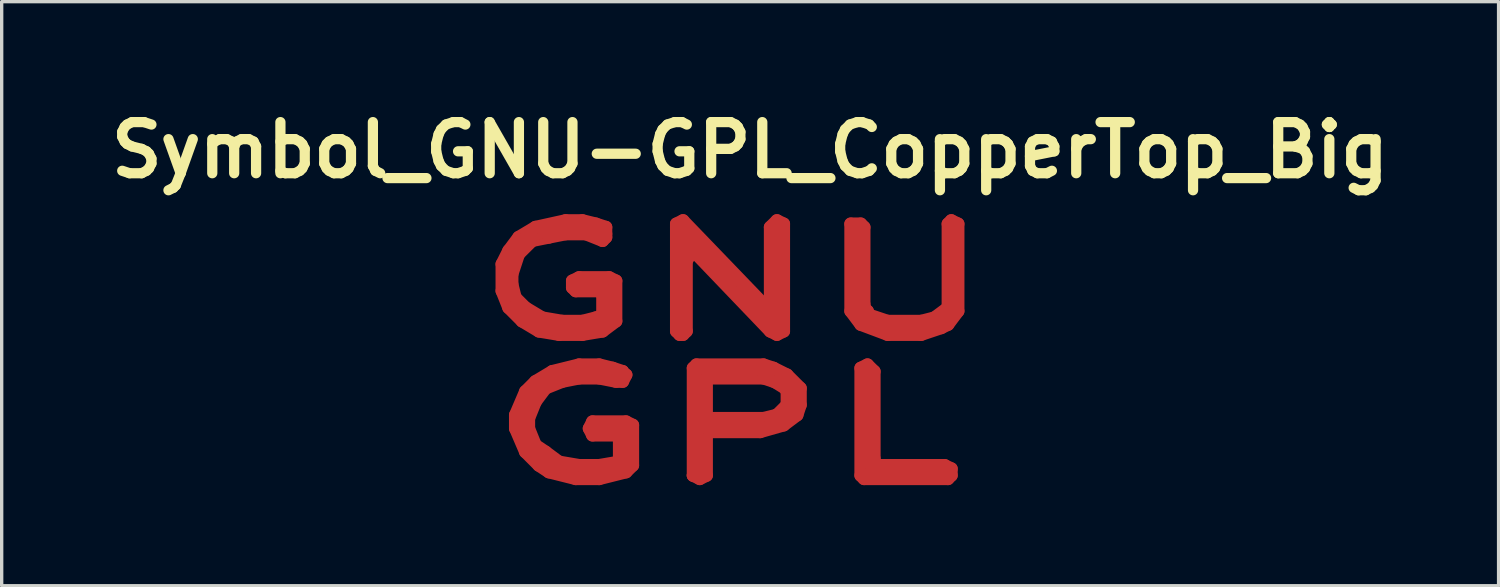
<source format=kicad_pcb>
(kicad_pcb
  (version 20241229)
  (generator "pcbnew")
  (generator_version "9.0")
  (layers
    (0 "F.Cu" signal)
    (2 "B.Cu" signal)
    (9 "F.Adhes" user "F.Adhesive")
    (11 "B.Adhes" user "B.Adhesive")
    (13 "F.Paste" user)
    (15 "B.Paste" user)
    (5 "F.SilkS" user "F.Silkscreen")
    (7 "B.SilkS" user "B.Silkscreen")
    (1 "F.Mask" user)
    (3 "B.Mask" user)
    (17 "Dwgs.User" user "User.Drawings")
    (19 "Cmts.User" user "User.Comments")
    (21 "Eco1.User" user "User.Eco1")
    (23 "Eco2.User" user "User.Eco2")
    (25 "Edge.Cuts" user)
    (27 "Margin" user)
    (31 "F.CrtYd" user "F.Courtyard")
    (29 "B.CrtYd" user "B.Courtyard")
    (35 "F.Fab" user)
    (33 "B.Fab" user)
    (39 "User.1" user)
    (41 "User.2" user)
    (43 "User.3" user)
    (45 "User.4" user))
  (footprint "Symbol_GNU-GPL_CopperTop_Big"
    (layer "F.Cu")
    (at 18.818 8.226)
    (property "Reference" "Symbol_GNU-GPL_CopperTop_Big" (at 0.5 -6.8 0) (layer "F.SilkS") (effects (font (size 1.524 1.524) (thickness 0.305))))
    (attr through_hole)
    (fp_line (start -6.901 -3.401) (end -6.901 -2.601) (stroke (width 0.381) (type solid)) (layer "F.Cu"))
    (fp_line (start -6.901 -2.601) (end -6.701 -2.101) (stroke (width 0.381) (type solid)) (layer "F.Cu"))
    (fp_line (start -6.701 -3.8) (end -6.901 -3.401) (stroke (width 0.381) (type solid)) (layer "F.Cu"))
    (fp_line (start -6.701 -3.401) (end -6.599 -2.301) (stroke (width 0.381) (type solid)) (layer "F.Cu"))
    (fp_line (start -6.701 -2.101) (end -6.299 -1.699) (stroke (width 0.381) (type solid)) (layer "F.Cu"))
    (fp_line (start -6.599 -3.099) (end -6.401 -3.701) (stroke (width 0.381) (type solid)) (layer "F.Cu"))
    (fp_line (start -6.599 -2.799) (end -6.599 -3.099) (stroke (width 0.381) (type solid)) (layer "F.Cu"))
    (fp_line (start -6.599 -2.301) (end -6.2 -1.9) (stroke (width 0.381) (type solid)) (layer "F.Cu"))
    (fp_line (start -6.5 -2.4) (end -6.599 -2.799) (stroke (width 0.381) (type solid)) (layer "F.Cu"))
    (fp_line (start -6.5 1.1) (end -6.5 1.501) (stroke (width 0.381) (type solid)) (layer "F.Cu"))
    (fp_line (start -6.5 1.501) (end -6.2 2.2) (stroke (width 0.381) (type solid)) (layer "F.Cu"))
    (fp_line (start -6.401 -4.201) (end -6.701 -3.8) (stroke (width 0.381) (type solid)) (layer "F.Cu"))
    (fp_line (start -6.401 -3.701) (end -5.999 -4.1) (stroke (width 0.381) (type solid)) (layer "F.Cu"))
    (fp_line (start -6.299 -1.699) (end -5.799 -1.4) (stroke (width 0.381) (type solid)) (layer "F.Cu"))
    (fp_line (start -6.2 -4.201) (end -6.701 -3.401) (stroke (width 0.381) (type solid)) (layer "F.Cu"))
    (fp_line (start -6.2 -2.101) (end -6.5 -2.4) (stroke (width 0.381) (type solid)) (layer "F.Cu"))
    (fp_line (start -6.2 -1.9) (end -5.199 -1.501) (stroke (width 0.381) (type solid)) (layer "F.Cu"))
    (fp_line (start -6.2 0.399) (end -6.5 1.1) (stroke (width 0.381) (type solid)) (layer "F.Cu"))
    (fp_line (start -6.2 1.001) (end -6.2 1.801) (stroke (width 0.381) (type solid)) (layer "F.Cu"))
    (fp_line (start -6.2 1.801) (end -5.7 2.4) (stroke (width 0.381) (type solid)) (layer "F.Cu"))
    (fp_line (start -6.2 2.2) (end -5.799 2.601) (stroke (width 0.381) (type solid)) (layer "F.Cu"))
    (fp_line (start -6.101 1.199) (end -5.9 0.701) (stroke (width 0.381) (type solid)) (layer "F.Cu"))
    (fp_line (start -6.101 1.501) (end -6.101 1.199) (stroke (width 0.381) (type solid)) (layer "F.Cu"))
    (fp_line (start -5.999 -4.1) (end -5.499 -4.201) (stroke (width 0.381) (type solid)) (layer "F.Cu"))
    (fp_line (start -5.9 -4.501) (end -6.401 -4.201) (stroke (width 0.381) (type solid)) (layer "F.Cu"))
    (fp_line (start -5.9 0.099) (end -6.2 0.399) (stroke (width 0.381) (type solid)) (layer "F.Cu"))
    (fp_line (start -5.9 0.701) (end -5.601 0.3) (stroke (width 0.381) (type solid)) (layer "F.Cu"))
    (fp_line (start -5.9 1.999) (end -6.101 1.501) (stroke (width 0.381) (type solid)) (layer "F.Cu"))
    (fp_line (start -5.799 -1.4) (end -5.199 -1.3) (stroke (width 0.381) (type solid)) (layer "F.Cu"))
    (fp_line (start -5.799 2.601) (end -5.499 2.799) (stroke (width 0.381) (type solid)) (layer "F.Cu"))
    (fp_line (start -5.7 -1.801) (end -6.2 -2.101) (stroke (width 0.381) (type solid)) (layer "F.Cu"))
    (fp_line (start -5.7 0.201) (end -6.2 1.001) (stroke (width 0.381) (type solid)) (layer "F.Cu"))
    (fp_line (start -5.7 2.4) (end -4.699 2.901) (stroke (width 0.381) (type solid)) (layer "F.Cu"))
    (fp_line (start -5.601 0.3) (end -5.1 0.099) (stroke (width 0.381) (type solid)) (layer "F.Cu"))
    (fp_line (start -5.601 2.2) (end -5.9 1.999) (stroke (width 0.381) (type solid)) (layer "F.Cu"))
    (fp_line (start -5.499 -4.201) (end -5.001 -4.3) (stroke (width 0.381) (type solid)) (layer "F.Cu"))
    (fp_line (start -5.499 2.799) (end -4.699 3) (stroke (width 0.381) (type solid)) (layer "F.Cu"))
    (fp_line (start -5.4 -0.201) (end -5.9 0.099) (stroke (width 0.381) (type solid)) (layer "F.Cu"))
    (fp_line (start -5.301 -4.501) (end -6.2 -4.201) (stroke (width 0.381) (type solid)) (layer "F.Cu"))
    (fp_line (start -5.199 -1.501) (end -4.201 -1.6) (stroke (width 0.381) (type solid)) (layer "F.Cu"))
    (fp_line (start -5.199 -1.3) (end -4.501 -1.3) (stroke (width 0.381) (type solid)) (layer "F.Cu"))
    (fp_line (start -5.199 2.499) (end -5.601 2.2) (stroke (width 0.381) (type solid)) (layer "F.Cu"))
    (fp_line (start -5.1 -1.699) (end -5.7 -1.801) (stroke (width 0.381) (type solid)) (layer "F.Cu"))
    (fp_line (start -5.1 0.099) (end -4.6 0) (stroke (width 0.381) (type solid)) (layer "F.Cu"))
    (fp_line (start -5.001 -4.699) (end -5.9 -4.501) (stroke (width 0.381) (type solid)) (layer "F.Cu"))
    (fp_line (start -5.001 -4.3) (end -4.399 -4.3) (stroke (width 0.381) (type solid)) (layer "F.Cu"))
    (fp_line (start -4.801 -2.901) (end -4.801 -2.7) (stroke (width 0.381) (type solid)) (layer "F.Cu"))
    (fp_line (start -4.801 -2.7) (end -4.699 -2.601) (stroke (width 0.381) (type solid)) (layer "F.Cu"))
    (fp_line (start -4.699 -2.601) (end -4 -2.601) (stroke (width 0.381) (type solid)) (layer "F.Cu"))
    (fp_line (start -4.699 -0.099) (end -5.7 0.201) (stroke (width 0.381) (type solid)) (layer "F.Cu"))
    (fp_line (start -4.699 2.901) (end -3.2 2.601) (stroke (width 0.381) (type solid)) (layer "F.Cu"))
    (fp_line (start -4.699 3) (end -4 3) (stroke (width 0.381) (type solid)) (layer "F.Cu"))
    (fp_line (start -4.6 -3) (end -4.801 -2.901) (stroke (width 0.381) (type solid)) (layer "F.Cu"))
    (fp_line (start -4.6 -0.399) (end -5.4 -0.201) (stroke (width 0.381) (type solid)) (layer "F.Cu"))
    (fp_line (start -4.6 0) (end -4 0) (stroke (width 0.381) (type solid)) (layer "F.Cu"))
    (fp_line (start -4.6 2.601) (end -5.199 2.499) (stroke (width 0.381) (type solid)) (layer "F.Cu"))
    (fp_line (start -4.501 -4.699) (end -5.001 -4.699) (stroke (width 0.381) (type solid)) (layer "F.Cu"))
    (fp_line (start -4.501 -1.699) (end -5.1 -1.699) (stroke (width 0.381) (type solid)) (layer "F.Cu"))
    (fp_line (start -4.501 -1.3) (end -3.899 -1.4) (stroke (width 0.381) (type solid)) (layer "F.Cu"))
    (fp_line (start -4.399 -4.3) (end -3.899 -4.1) (stroke (width 0.381) (type solid)) (layer "F.Cu"))
    (fp_line (start -4.3 1.501) (end -4.201 1.699) (stroke (width 0.381) (type solid)) (layer "F.Cu"))
    (fp_line (start -4.201 -4.501) (end -5.301 -4.501) (stroke (width 0.381) (type solid)) (layer "F.Cu"))
    (fp_line (start -4.201 -1.699) (end -4.1 -1.801) (stroke (width 0.381) (type solid)) (layer "F.Cu"))
    (fp_line (start -4.201 -1.6) (end -3.701 -1.801) (stroke (width 0.381) (type solid)) (layer "F.Cu"))
    (fp_line (start -4.201 1.3) (end -4.3 1.501) (stroke (width 0.381) (type solid)) (layer "F.Cu"))
    (fp_line (start -4.201 1.699) (end -3.401 1.699) (stroke (width 0.381) (type solid)) (layer "F.Cu"))
    (fp_line (start -4.1 -4.6) (end -4.501 -4.699) (stroke (width 0.381) (type solid)) (layer "F.Cu"))
    (fp_line (start -4.1 -1.801) (end -4.501 -1.699) (stroke (width 0.381) (type solid)) (layer "F.Cu"))
    (fp_line (start -4 -2.601) (end -3.899 -2.499) (stroke (width 0.381) (type solid)) (layer "F.Cu"))
    (fp_line (start -4 -0.399) (end -4.6 -0.399) (stroke (width 0.381) (type solid)) (layer "F.Cu"))
    (fp_line (start -4 0) (end -3.5 0.099) (stroke (width 0.381) (type solid)) (layer "F.Cu"))
    (fp_line (start -4 2.601) (end -4.6 2.601) (stroke (width 0.381) (type solid)) (layer "F.Cu"))
    (fp_line (start -4 3) (end -3.2 2.799) (stroke (width 0.381) (type solid)) (layer "F.Cu"))
    (fp_line (start -3.899 -4.1) (end -3.8 -4.201) (stroke (width 0.381) (type solid)) (layer "F.Cu"))
    (fp_line (start -3.899 -2.499) (end -3.899 -1.9) (stroke (width 0.381) (type solid)) (layer "F.Cu"))
    (fp_line (start -3.899 -1.9) (end -4.201 -1.699) (stroke (width 0.381) (type solid)) (layer "F.Cu"))
    (fp_line (start -3.899 -1.4) (end -3.5 -1.699) (stroke (width 0.381) (type solid)) (layer "F.Cu"))
    (fp_line (start -3.8 -4.501) (end -4.1 -4.6) (stroke (width 0.381) (type solid)) (layer "F.Cu"))
    (fp_line (start -3.8 -4.3) (end -4.201 -4.501) (stroke (width 0.381) (type solid)) (layer "F.Cu"))
    (fp_line (start -3.8 -4.201) (end -3.8 -4.501) (stroke (width 0.381) (type solid)) (layer "F.Cu"))
    (fp_line (start -3.701 -3) (end -4.6 -3) (stroke (width 0.381) (type solid)) (layer "F.Cu"))
    (fp_line (start -3.701 -2.7) (end -4.6 -2.7) (stroke (width 0.381) (type solid)) (layer "F.Cu"))
    (fp_line (start -3.701 -1.801) (end -3.701 -2.7) (stroke (width 0.381) (type solid)) (layer "F.Cu"))
    (fp_line (start -3.599 -0.3) (end -4 -0.399) (stroke (width 0.381) (type solid)) (layer "F.Cu"))
    (fp_line (start -3.5 -2.901) (end -3.701 -3) (stroke (width 0.381) (type solid)) (layer "F.Cu"))
    (fp_line (start -3.5 -1.699) (end -3.5 -2.901) (stroke (width 0.381) (type solid)) (layer "F.Cu"))
    (fp_line (start -3.5 0.099) (end -3.299 0.099) (stroke (width 0.381) (type solid)) (layer "F.Cu"))
    (fp_line (start -3.401 1.699) (end -3.401 2.499) (stroke (width 0.381) (type solid)) (layer "F.Cu"))
    (fp_line (start -3.401 2.499) (end -4 2.601) (stroke (width 0.381) (type solid)) (layer "F.Cu"))
    (fp_line (start -3.299 -0.201) (end -3.599 -0.3) (stroke (width 0.381) (type solid)) (layer "F.Cu"))
    (fp_line (start -3.299 -0.099) (end -3.299 -0.201) (stroke (width 0.381) (type solid)) (layer "F.Cu"))
    (fp_line (start -3.299 0.099) (end -3.2 -0.099) (stroke (width 0.381) (type solid)) (layer "F.Cu"))
    (fp_line (start -3.299 1.6) (end -4.201 1.501) (stroke (width 0.381) (type solid)) (layer "F.Cu"))
    (fp_line (start -3.2 -0.099) (end -4.699 -0.099) (stroke (width 0.381) (type solid)) (layer "F.Cu"))
    (fp_line (start -3.2 1.3) (end -4.201 1.3) (stroke (width 0.381) (type solid)) (layer "F.Cu"))
    (fp_line (start -3.2 2.601) (end -3.299 1.6) (stroke (width 0.381) (type solid)) (layer "F.Cu"))
    (fp_line (start -3.2 2.799) (end -3 2.601) (stroke (width 0.381) (type solid)) (layer "F.Cu"))
    (fp_line (start -3 1.4) (end -3.2 1.3) (stroke (width 0.381) (type solid)) (layer "F.Cu"))
    (fp_line (start -3 2.601) (end -3 1.4) (stroke (width 0.381) (type solid)) (layer "F.Cu"))
    (fp_line (start -1.699 -4.6) (end -1.501 -4.699) (stroke (width 0.381) (type solid)) (layer "F.Cu"))
    (fp_line (start -1.699 -4.501) (end -1.699 -4.6) (stroke (width 0.381) (type solid)) (layer "F.Cu"))
    (fp_line (start -1.699 -1.4) (end -1.699 -4.501) (stroke (width 0.381) (type solid)) (layer "F.Cu"))
    (fp_line (start -1.6 -1.4) (end -1.6 -1.3) (stroke (width 0.381) (type solid)) (layer "F.Cu"))
    (fp_line (start -1.6 -1.3) (end -1.699 -1.4) (stroke (width 0.381) (type solid)) (layer "F.Cu"))
    (fp_line (start -1.501 -4.699) (end 1.001 -2.101) (stroke (width 0.381) (type solid)) (layer "F.Cu"))
    (fp_line (start -1.501 -4.3) (end 1.3 -1.6) (stroke (width 0.381) (type solid)) (layer "F.Cu"))
    (fp_line (start -1.501 -1.3) (end -1.501 -4.3) (stroke (width 0.381) (type solid)) (layer "F.Cu"))
    (fp_line (start -1.4 -3.5) (end -1.4 -1.4) (stroke (width 0.381) (type solid)) (layer "F.Cu"))
    (fp_line (start -1.4 -1.4) (end -1.501 -1.3) (stroke (width 0.381) (type solid)) (layer "F.Cu"))
    (fp_line (start -1.199 -3.8) (end -1.4 -3.5) (stroke (width 0.381) (type solid)) (layer "F.Cu"))
    (fp_line (start -1.199 -0.3) (end -1.1 -0.399) (stroke (width 0.381) (type solid)) (layer "F.Cu"))
    (fp_line (start -1.199 2.901) (end -1.199 -0.3) (stroke (width 0.381) (type solid)) (layer "F.Cu"))
    (fp_line (start -1.199 2.901) (end -1.001 2.7) (stroke (width 0.381) (type solid)) (layer "F.Cu"))
    (fp_line (start -1.1 -0.399) (end 0.899 -0.399) (stroke (width 0.381) (type solid)) (layer "F.Cu"))
    (fp_line (start -1.001 -0.099) (end 0.899 -0.099) (stroke (width 0.381) (type solid)) (layer "F.Cu"))
    (fp_line (start -1.001 2.7) (end -1.001 -0.099) (stroke (width 0.381) (type solid)) (layer "F.Cu"))
    (fp_line (start -1.001 3) (end -1.199 2.901) (stroke (width 0.381) (type solid)) (layer "F.Cu"))
    (fp_line (start -0.899 1.199) (end -0.8 1.199) (stroke (width 0.381) (type solid)) (layer "F.Cu"))
    (fp_line (start -0.899 1.3) (end 0.899 1.4) (stroke (width 0.381) (type solid)) (layer "F.Cu"))
    (fp_line (start -0.899 1.699) (end -0.8 1.699) (stroke (width 0.381) (type solid)) (layer "F.Cu"))
    (fp_line (start -0.8 0) (end 0.899 0) (stroke (width 0.381) (type solid)) (layer "F.Cu"))
    (fp_line (start -0.8 1.199) (end -0.8 0) (stroke (width 0.381) (type solid)) (layer "F.Cu"))
    (fp_line (start -0.8 1.699) (end -0.8 2.901) (stroke (width 0.381) (type solid)) (layer "F.Cu"))
    (fp_line (start -0.8 2.901) (end -1.001 3) (stroke (width 0.381) (type solid)) (layer "F.Cu"))
    (fp_line (start -0.701 1.6) (end -0.899 1.699) (stroke (width 0.381) (type solid)) (layer "F.Cu"))
    (fp_line (start 0.201 1.199) (end -0.701 1.199) (stroke (width 0.381) (type solid)) (layer "F.Cu"))
    (fp_line (start 0.8 1.6) (end -0.701 1.6) (stroke (width 0.381) (type solid)) (layer "F.Cu"))
    (fp_line (start 0.899 -0.399) (end 1.199 -0.3) (stroke (width 0.381) (type solid)) (layer "F.Cu"))
    (fp_line (start 0.899 -0.099) (end 1.699 0.399) (stroke (width 0.381) (type solid)) (layer "F.Cu"))
    (fp_line (start 0.899 0) (end 1.501 0.201) (stroke (width 0.381) (type solid)) (layer "F.Cu"))
    (fp_line (start 0.899 1.199) (end 0.201 1.199) (stroke (width 0.381) (type solid)) (layer "F.Cu"))
    (fp_line (start 0.899 1.4) (end -0.899 1.199) (stroke (width 0.381) (type solid)) (layer "F.Cu"))
    (fp_line (start 1.001 -2.101) (end 1.1 -2.4) (stroke (width 0.381) (type solid)) (layer "F.Cu"))
    (fp_line (start 1.1 -4.501) (end 1.3 -4.699) (stroke (width 0.381) (type solid)) (layer "F.Cu"))
    (fp_line (start 1.1 -2.4) (end 1.1 -4.501) (stroke (width 0.381) (type solid)) (layer "F.Cu"))
    (fp_line (start 1.1 -1.4) (end -1.199 -3.8) (stroke (width 0.381) (type solid)) (layer "F.Cu"))
    (fp_line (start 1.1 1.199) (end -0.899 1.3) (stroke (width 0.381) (type solid)) (layer "F.Cu"))
    (fp_line (start 1.199 -0.3) (end 1.6 -0.099) (stroke (width 0.381) (type solid)) (layer "F.Cu"))
    (fp_line (start 1.3 -4.699) (end 1.501 -4.6) (stroke (width 0.381) (type solid)) (layer "F.Cu"))
    (fp_line (start 1.3 -1.6) (end 1.3 -4.399) (stroke (width 0.381) (type solid)) (layer "F.Cu"))
    (fp_line (start 1.3 -1.3) (end 1.1 -1.4) (stroke (width 0.381) (type solid)) (layer "F.Cu"))
    (fp_line (start 1.3 1.1) (end 0.899 1.199) (stroke (width 0.381) (type solid)) (layer "F.Cu"))
    (fp_line (start 1.501 -4.6) (end 1.501 -1.4) (stroke (width 0.381) (type solid)) (layer "F.Cu"))
    (fp_line (start 1.501 -1.4) (end 1.3 -1.3) (stroke (width 0.381) (type solid)) (layer "F.Cu"))
    (fp_line (start 1.501 0.201) (end 1.6 0.399) (stroke (width 0.381) (type solid)) (layer "F.Cu"))
    (fp_line (start 1.501 1.4) (end 0.8 1.6) (stroke (width 0.381) (type solid)) (layer "F.Cu"))
    (fp_line (start 1.6 -0.099) (end 1.999 0.3) (stroke (width 0.381) (type solid)) (layer "F.Cu"))
    (fp_line (start 1.6 0.399) (end 1.6 0.8) (stroke (width 0.381) (type solid)) (layer "F.Cu"))
    (fp_line (start 1.6 0.8) (end 1.3 1.1) (stroke (width 0.381) (type solid)) (layer "F.Cu"))
    (fp_line (start 1.699 0.399) (end 1.699 0.899) (stroke (width 0.381) (type solid)) (layer "F.Cu"))
    (fp_line (start 1.699 0.899) (end 1.1 1.199) (stroke (width 0.381) (type solid)) (layer "F.Cu"))
    (fp_line (start 1.9 1.1) (end 1.501 1.4) (stroke (width 0.381) (type solid)) (layer "F.Cu"))
    (fp_line (start 1.999 0.3) (end 1.999 0.8) (stroke (width 0.381) (type solid)) (layer "F.Cu"))
    (fp_line (start 1.999 0.8) (end 1.9 1.1) (stroke (width 0.381) (type solid)) (layer "F.Cu"))
    (fp_line (start 3.5 -4.6) (end 3.5 -1.999) (stroke (width 0.381) (type solid)) (layer "F.Cu"))
    (fp_line (start 3.5 -1.999) (end 3.8 -1.6) (stroke (width 0.381) (type solid)) (layer "F.Cu"))
    (fp_line (start 3.701 -4.501) (end 3.701 -1.9) (stroke (width 0.381) (type solid)) (layer "F.Cu"))
    (fp_line (start 3.701 -1.9) (end 4.6 -1.501) (stroke (width 0.381) (type solid)) (layer "F.Cu"))
    (fp_line (start 3.8 -4.6) (end 3.5 -4.6) (stroke (width 0.381) (type solid)) (layer "F.Cu"))
    (fp_line (start 3.8 -2.2) (end 3.899 -2.2) (stroke (width 0.381) (type solid)) (layer "F.Cu"))
    (fp_line (start 3.8 -1.6) (end 4.6 -1.3) (stroke (width 0.381) (type solid)) (layer "F.Cu"))
    (fp_line (start 3.8 -0.3) (end 3.8 2.901) (stroke (width 0.381) (type solid)) (layer "F.Cu"))
    (fp_line (start 3.8 2.901) (end 3.899 3) (stroke (width 0.381) (type solid)) (layer "F.Cu"))
    (fp_line (start 3.899 -4.501) (end 3.8 -4.6) (stroke (width 0.381) (type solid)) (layer "F.Cu"))
    (fp_line (start 3.899 -2.2) (end 3.899 -4.501) (stroke (width 0.381) (type solid)) (layer "F.Cu"))
    (fp_line (start 3.899 3) (end 6.401 3) (stroke (width 0.381) (type solid)) (layer "F.Cu"))
    (fp_line (start 4 -1.999) (end 3.8 -2.2) (stroke (width 0.381) (type solid)) (layer "F.Cu"))
    (fp_line (start 4 -1.9) (end 4 -1.999) (stroke (width 0.381) (type solid)) (layer "F.Cu"))
    (fp_line (start 4 -0.399) (end 3.8 -0.3) (stroke (width 0.381) (type solid)) (layer "F.Cu"))
    (fp_line (start 4 -0.201) (end 4 2.7) (stroke (width 0.381) (type solid)) (layer "F.Cu"))
    (fp_line (start 4 2.7) (end 6.401 2.799) (stroke (width 0.381) (type solid)) (layer "F.Cu"))
    (fp_line (start 4.1 2.601) (end 4.201 2.4) (stroke (width 0.381) (type solid)) (layer "F.Cu"))
    (fp_line (start 4.201 -0.201) (end 4 -0.399) (stroke (width 0.381) (type solid)) (layer "F.Cu"))
    (fp_line (start 4.201 2.4) (end 4.201 -0.201) (stroke (width 0.381) (type solid)) (layer "F.Cu"))
    (fp_line (start 4.6 -1.699) (end 4 -1.9) (stroke (width 0.381) (type solid)) (layer "F.Cu"))
    (fp_line (start 4.6 -1.501) (end 5.601 -1.501) (stroke (width 0.381) (type solid)) (layer "F.Cu"))
    (fp_line (start 4.6 -1.3) (end 5.601 -1.3) (stroke (width 0.381) (type solid)) (layer "F.Cu"))
    (fp_line (start 5.601 -1.699) (end 4.6 -1.699) (stroke (width 0.381) (type solid)) (layer "F.Cu"))
    (fp_line (start 5.601 -1.501) (end 6.299 -1.801) (stroke (width 0.381) (type solid)) (layer "F.Cu"))
    (fp_line (start 5.601 -1.3) (end 6.2 -1.501) (stroke (width 0.381) (type solid)) (layer "F.Cu"))
    (fp_line (start 5.999 -1.801) (end 5.601 -1.699) (stroke (width 0.381) (type solid)) (layer "F.Cu"))
    (fp_line (start 6.2 -1.501) (end 6.401 -1.6) (stroke (width 0.381) (type solid)) (layer "F.Cu"))
    (fp_line (start 6.299 -1.801) (end 6.5 -2.301) (stroke (width 0.381) (type solid)) (layer "F.Cu"))
    (fp_line (start 6.299 2.601) (end 4.1 2.601) (stroke (width 0.381) (type solid)) (layer "F.Cu"))
    (fp_line (start 6.401 -4.6) (end 6.401 -2.101) (stroke (width 0.381) (type solid)) (layer "F.Cu"))
    (fp_line (start 6.401 -2.101) (end 5.999 -1.801) (stroke (width 0.381) (type solid)) (layer "F.Cu"))
    (fp_line (start 6.401 -1.6) (end 6.701 -1.999) (stroke (width 0.381) (type solid)) (layer "F.Cu"))
    (fp_line (start 6.401 3) (end 6.5 2.901) (stroke (width 0.381) (type solid)) (layer "F.Cu"))
    (fp_line (start 6.5 -4.699) (end 6.401 -4.6) (stroke (width 0.381) (type solid)) (layer "F.Cu"))
    (fp_line (start 6.5 -2.301) (end 6.5 -4.6) (stroke (width 0.381) (type solid)) (layer "F.Cu"))
    (fp_line (start 6.5 2.7) (end 6.299 2.601) (stroke (width 0.381) (type solid)) (layer "F.Cu"))
    (fp_line (start 6.5 2.901) (end 6.5 2.7) (stroke (width 0.381) (type solid)) (layer "F.Cu"))
    (fp_line (start 6.701 -4.6) (end 6.5 -4.699) (stroke (width 0.381) (type solid)) (layer "F.Cu"))
    (fp_line (start 6.701 -1.999) (end 6.701 -4.6) (stroke (width 0.381) (type solid)) (layer "F.Cu")))
  (gr_rect
    (start -3 -3)
    (end 41.637 14.416)
    (stroke (width 0.1) (type default))
    (fill no)
    (layer "Edge.Cuts")))
</source>
